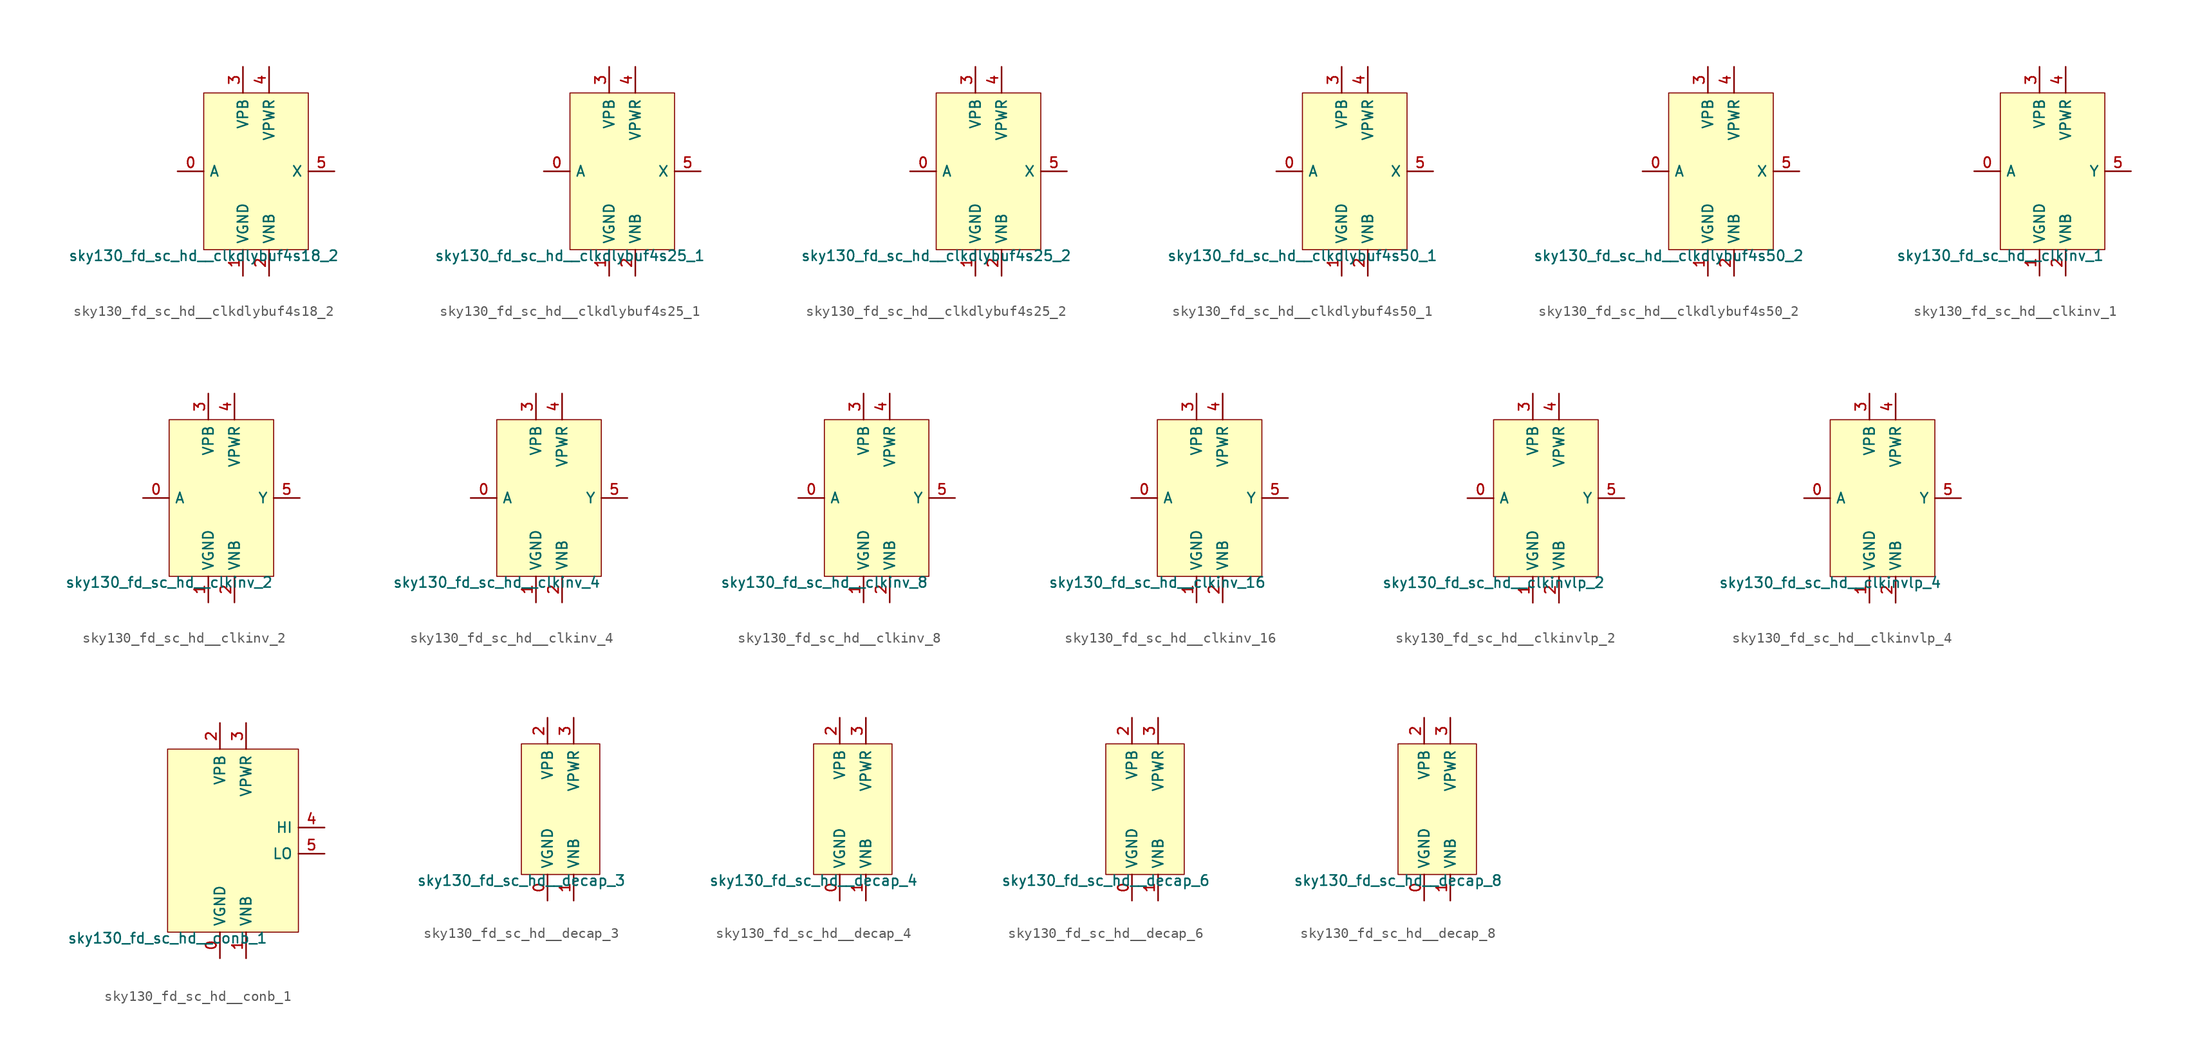
<source format=kicad_sym>
(kicad_symbol_lib
  (version 20211014)
  (generator lef2kicad_sym)
  (symbol "sky130_fd_sc_hd__clkdlybuf4s18_2"
    (property "Reference" "X"
      (at 0 0 0)
      (effects (font (size 1 1)) hide))
    (property "Value" "sky130_fd_sc_hd__clkdlybuf4s18_2"
      (at -5.08 -7.62 0)
      (effects (font (size 1 1)) (justify top)))
    (rectangle
      (start -5.08 -7.62)
      (end 5.08 7.62)
      (stroke (width 0.1) (type solid) (color 0 0 0 0))
      (fill (type background)))
    (pin input line
      (at -7.62 0.0 0)
      (length 2.54)
      (name "A" (effects (font (size 1 1)) hide))
      (number "0" (effects (font (size 1 1)) hide)))
    (pin power_in line
      (at -1.27 -10.16 90)
      (length 2.54)
      (name "VGND" (effects (font (size 1 1)) hide))
      (number "1" (effects (font (size 1 1)) hide)))
    (pin power_in line
      (at 1.27 -10.16 90)
      (length 2.54)
      (name "VNB" (effects (font (size 1 1)) hide))
      (number "2" (effects (font (size 1 1)) hide)))
    (pin power_in line
      (at -1.27 10.16 270)
      (length 2.54)
      (name "VPB" (effects (font (size 1 1)) hide))
      (number "3" (effects (font (size 1 1)) hide)))
    (pin power_in line
      (at 1.27 10.16 270)
      (length 2.54)
      (name "VPWR" (effects (font (size 1 1)) hide))
      (number "4" (effects (font (size 1 1)) hide)))
    (pin output line
      (at 7.62 0.0 180)
      (length 2.54)
      (name "X" (effects (font (size 1 1)) hide))
      (number "5" (effects (font (size 1 1)) hide))))
  (symbol "sky130_fd_sc_hd__clkdlybuf4s25_1"
    (property "Reference" "X"
      (at 0 0 0)
      (effects (font (size 1 1)) hide))
    (property "Value" "sky130_fd_sc_hd__clkdlybuf4s25_1"
      (at -5.08 -7.62 0)
      (effects (font (size 1 1)) (justify top)))
    (rectangle
      (start -5.08 -7.62)
      (end 5.08 7.62)
      (stroke (width 0.1) (type solid) (color 0 0 0 0))
      (fill (type background)))
    (pin input line
      (at -7.62 0.0 0)
      (length 2.54)
      (name "A" (effects (font (size 1 1)) hide))
      (number "0" (effects (font (size 1 1)) hide)))
    (pin power_in line
      (at -1.27 -10.16 90)
      (length 2.54)
      (name "VGND" (effects (font (size 1 1)) hide))
      (number "1" (effects (font (size 1 1)) hide)))
    (pin power_in line
      (at 1.27 -10.16 90)
      (length 2.54)
      (name "VNB" (effects (font (size 1 1)) hide))
      (number "2" (effects (font (size 1 1)) hide)))
    (pin power_in line
      (at -1.27 10.16 270)
      (length 2.54)
      (name "VPB" (effects (font (size 1 1)) hide))
      (number "3" (effects (font (size 1 1)) hide)))
    (pin power_in line
      (at 1.27 10.16 270)
      (length 2.54)
      (name "VPWR" (effects (font (size 1 1)) hide))
      (number "4" (effects (font (size 1 1)) hide)))
    (pin output line
      (at 7.62 0.0 180)
      (length 2.54)
      (name "X" (effects (font (size 1 1)) hide))
      (number "5" (effects (font (size 1 1)) hide))))
  (symbol "sky130_fd_sc_hd__clkdlybuf4s25_2"
    (property "Reference" "X"
      (at 0 0 0)
      (effects (font (size 1 1)) hide))
    (property "Value" "sky130_fd_sc_hd__clkdlybuf4s25_2"
      (at -5.08 -7.62 0)
      (effects (font (size 1 1)) (justify top)))
    (rectangle
      (start -5.08 -7.62)
      (end 5.08 7.62)
      (stroke (width 0.1) (type solid) (color 0 0 0 0))
      (fill (type background)))
    (pin input line
      (at -7.62 0.0 0)
      (length 2.54)
      (name "A" (effects (font (size 1 1)) hide))
      (number "0" (effects (font (size 1 1)) hide)))
    (pin power_in line
      (at -1.27 -10.16 90)
      (length 2.54)
      (name "VGND" (effects (font (size 1 1)) hide))
      (number "1" (effects (font (size 1 1)) hide)))
    (pin power_in line
      (at 1.27 -10.16 90)
      (length 2.54)
      (name "VNB" (effects (font (size 1 1)) hide))
      (number "2" (effects (font (size 1 1)) hide)))
    (pin power_in line
      (at -1.27 10.16 270)
      (length 2.54)
      (name "VPB" (effects (font (size 1 1)) hide))
      (number "3" (effects (font (size 1 1)) hide)))
    (pin power_in line
      (at 1.27 10.16 270)
      (length 2.54)
      (name "VPWR" (effects (font (size 1 1)) hide))
      (number "4" (effects (font (size 1 1)) hide)))
    (pin output line
      (at 7.62 0.0 180)
      (length 2.54)
      (name "X" (effects (font (size 1 1)) hide))
      (number "5" (effects (font (size 1 1)) hide))))
  (symbol "sky130_fd_sc_hd__clkdlybuf4s50_1"
    (property "Reference" "X"
      (at 0 0 0)
      (effects (font (size 1 1)) hide))
    (property "Value" "sky130_fd_sc_hd__clkdlybuf4s50_1"
      (at -5.08 -7.62 0)
      (effects (font (size 1 1)) (justify top)))
    (rectangle
      (start -5.08 -7.62)
      (end 5.08 7.62)
      (stroke (width 0.1) (type solid) (color 0 0 0 0))
      (fill (type background)))
    (pin input line
      (at -7.62 0.0 0)
      (length 2.54)
      (name "A" (effects (font (size 1 1)) hide))
      (number "0" (effects (font (size 1 1)) hide)))
    (pin power_in line
      (at -1.27 -10.16 90)
      (length 2.54)
      (name "VGND" (effects (font (size 1 1)) hide))
      (number "1" (effects (font (size 1 1)) hide)))
    (pin power_in line
      (at 1.27 -10.16 90)
      (length 2.54)
      (name "VNB" (effects (font (size 1 1)) hide))
      (number "2" (effects (font (size 1 1)) hide)))
    (pin power_in line
      (at -1.27 10.16 270)
      (length 2.54)
      (name "VPB" (effects (font (size 1 1)) hide))
      (number "3" (effects (font (size 1 1)) hide)))
    (pin power_in line
      (at 1.27 10.16 270)
      (length 2.54)
      (name "VPWR" (effects (font (size 1 1)) hide))
      (number "4" (effects (font (size 1 1)) hide)))
    (pin output line
      (at 7.62 0.0 180)
      (length 2.54)
      (name "X" (effects (font (size 1 1)) hide))
      (number "5" (effects (font (size 1 1)) hide))))
  (symbol "sky130_fd_sc_hd__clkdlybuf4s50_2"
    (property "Reference" "X"
      (at 0 0 0)
      (effects (font (size 1 1)) hide))
    (property "Value" "sky130_fd_sc_hd__clkdlybuf4s50_2"
      (at -5.08 -7.62 0)
      (effects (font (size 1 1)) (justify top)))
    (rectangle
      (start -5.08 -7.62)
      (end 5.08 7.62)
      (stroke (width 0.1) (type solid) (color 0 0 0 0))
      (fill (type background)))
    (pin input line
      (at -7.62 0.0 0)
      (length 2.54)
      (name "A" (effects (font (size 1 1)) hide))
      (number "0" (effects (font (size 1 1)) hide)))
    (pin power_in line
      (at -1.27 -10.16 90)
      (length 2.54)
      (name "VGND" (effects (font (size 1 1)) hide))
      (number "1" (effects (font (size 1 1)) hide)))
    (pin power_in line
      (at 1.27 -10.16 90)
      (length 2.54)
      (name "VNB" (effects (font (size 1 1)) hide))
      (number "2" (effects (font (size 1 1)) hide)))
    (pin power_in line
      (at -1.27 10.16 270)
      (length 2.54)
      (name "VPB" (effects (font (size 1 1)) hide))
      (number "3" (effects (font (size 1 1)) hide)))
    (pin power_in line
      (at 1.27 10.16 270)
      (length 2.54)
      (name "VPWR" (effects (font (size 1 1)) hide))
      (number "4" (effects (font (size 1 1)) hide)))
    (pin output line
      (at 7.62 0.0 180)
      (length 2.54)
      (name "X" (effects (font (size 1 1)) hide))
      (number "5" (effects (font (size 1 1)) hide))))
  (symbol "sky130_fd_sc_hd__clkinv_1"
    (property "Reference" "X"
      (at 0 0 0)
      (effects (font (size 1 1)) hide))
    (property "Value" "sky130_fd_sc_hd__clkinv_1"
      (at -5.08 -7.62 0)
      (effects (font (size 1 1)) (justify top)))
    (rectangle
      (start -5.08 -7.62)
      (end 5.08 7.62)
      (stroke (width 0.1) (type solid) (color 0 0 0 0))
      (fill (type background)))
    (pin input line
      (at -7.62 0.0 0)
      (length 2.54)
      (name "A" (effects (font (size 1 1)) hide))
      (number "0" (effects (font (size 1 1)) hide)))
    (pin power_in line
      (at -1.27 -10.16 90)
      (length 2.54)
      (name "VGND" (effects (font (size 1 1)) hide))
      (number "1" (effects (font (size 1 1)) hide)))
    (pin power_in line
      (at 1.27 -10.16 90)
      (length 2.54)
      (name "VNB" (effects (font (size 1 1)) hide))
      (number "2" (effects (font (size 1 1)) hide)))
    (pin power_in line
      (at -1.27 10.16 270)
      (length 2.54)
      (name "VPB" (effects (font (size 1 1)) hide))
      (number "3" (effects (font (size 1 1)) hide)))
    (pin power_in line
      (at 1.27 10.16 270)
      (length 2.54)
      (name "VPWR" (effects (font (size 1 1)) hide))
      (number "4" (effects (font (size 1 1)) hide)))
    (pin output line
      (at 7.62 0.0 180)
      (length 2.54)
      (name "Y" (effects (font (size 1 1)) hide))
      (number "5" (effects (font (size 1 1)) hide))))
  (symbol "sky130_fd_sc_hd__clkinv_2"
    (property "Reference" "X"
      (at 0 0 0)
      (effects (font (size 1 1)) hide))
    (property "Value" "sky130_fd_sc_hd__clkinv_2"
      (at -5.08 -7.62 0)
      (effects (font (size 1 1)) (justify top)))
    (rectangle
      (start -5.08 -7.62)
      (end 5.08 7.62)
      (stroke (width 0.1) (type solid) (color 0 0 0 0))
      (fill (type background)))
    (pin input line
      (at -7.62 0.0 0)
      (length 2.54)
      (name "A" (effects (font (size 1 1)) hide))
      (number "0" (effects (font (size 1 1)) hide)))
    (pin power_in line
      (at -1.27 -10.16 90)
      (length 2.54)
      (name "VGND" (effects (font (size 1 1)) hide))
      (number "1" (effects (font (size 1 1)) hide)))
    (pin power_in line
      (at 1.27 -10.16 90)
      (length 2.54)
      (name "VNB" (effects (font (size 1 1)) hide))
      (number "2" (effects (font (size 1 1)) hide)))
    (pin power_in line
      (at -1.27 10.16 270)
      (length 2.54)
      (name "VPB" (effects (font (size 1 1)) hide))
      (number "3" (effects (font (size 1 1)) hide)))
    (pin power_in line
      (at 1.27 10.16 270)
      (length 2.54)
      (name "VPWR" (effects (font (size 1 1)) hide))
      (number "4" (effects (font (size 1 1)) hide)))
    (pin output line
      (at 7.62 0.0 180)
      (length 2.54)
      (name "Y" (effects (font (size 1 1)) hide))
      (number "5" (effects (font (size 1 1)) hide))))
  (symbol "sky130_fd_sc_hd__clkinv_4"
    (property "Reference" "X"
      (at 0 0 0)
      (effects (font (size 1 1)) hide))
    (property "Value" "sky130_fd_sc_hd__clkinv_4"
      (at -5.08 -7.62 0)
      (effects (font (size 1 1)) (justify top)))
    (rectangle
      (start -5.08 -7.62)
      (end 5.08 7.62)
      (stroke (width 0.1) (type solid) (color 0 0 0 0))
      (fill (type background)))
    (pin input line
      (at -7.62 0.0 0)
      (length 2.54)
      (name "A" (effects (font (size 1 1)) hide))
      (number "0" (effects (font (size 1 1)) hide)))
    (pin power_in line
      (at -1.27 -10.16 90)
      (length 2.54)
      (name "VGND" (effects (font (size 1 1)) hide))
      (number "1" (effects (font (size 1 1)) hide)))
    (pin power_in line
      (at 1.27 -10.16 90)
      (length 2.54)
      (name "VNB" (effects (font (size 1 1)) hide))
      (number "2" (effects (font (size 1 1)) hide)))
    (pin power_in line
      (at -1.27 10.16 270)
      (length 2.54)
      (name "VPB" (effects (font (size 1 1)) hide))
      (number "3" (effects (font (size 1 1)) hide)))
    (pin power_in line
      (at 1.27 10.16 270)
      (length 2.54)
      (name "VPWR" (effects (font (size 1 1)) hide))
      (number "4" (effects (font (size 1 1)) hide)))
    (pin output line
      (at 7.62 0.0 180)
      (length 2.54)
      (name "Y" (effects (font (size 1 1)) hide))
      (number "5" (effects (font (size 1 1)) hide))))
  (symbol "sky130_fd_sc_hd__clkinv_8"
    (property "Reference" "X"
      (at 0 0 0)
      (effects (font (size 1 1)) hide))
    (property "Value" "sky130_fd_sc_hd__clkinv_8"
      (at -5.08 -7.62 0)
      (effects (font (size 1 1)) (justify top)))
    (rectangle
      (start -5.08 -7.62)
      (end 5.08 7.62)
      (stroke (width 0.1) (type solid) (color 0 0 0 0))
      (fill (type background)))
    (pin input line
      (at -7.62 0.0 0)
      (length 2.54)
      (name "A" (effects (font (size 1 1)) hide))
      (number "0" (effects (font (size 1 1)) hide)))
    (pin power_in line
      (at -1.27 -10.16 90)
      (length 2.54)
      (name "VGND" (effects (font (size 1 1)) hide))
      (number "1" (effects (font (size 1 1)) hide)))
    (pin power_in line
      (at 1.27 -10.16 90)
      (length 2.54)
      (name "VNB" (effects (font (size 1 1)) hide))
      (number "2" (effects (font (size 1 1)) hide)))
    (pin power_in line
      (at -1.27 10.16 270)
      (length 2.54)
      (name "VPB" (effects (font (size 1 1)) hide))
      (number "3" (effects (font (size 1 1)) hide)))
    (pin power_in line
      (at 1.27 10.16 270)
      (length 2.54)
      (name "VPWR" (effects (font (size 1 1)) hide))
      (number "4" (effects (font (size 1 1)) hide)))
    (pin output line
      (at 7.62 0.0 180)
      (length 2.54)
      (name "Y" (effects (font (size 1 1)) hide))
      (number "5" (effects (font (size 1 1)) hide))))
  (symbol "sky130_fd_sc_hd__clkinv_16"
    (property "Reference" "X"
      (at 0 0 0)
      (effects (font (size 1 1)) hide))
    (property "Value" "sky130_fd_sc_hd__clkinv_16"
      (at -5.08 -7.62 0)
      (effects (font (size 1 1)) (justify top)))
    (rectangle
      (start -5.08 -7.62)
      (end 5.08 7.62)
      (stroke (width 0.1) (type solid) (color 0 0 0 0))
      (fill (type background)))
    (pin input line
      (at -7.62 0.0 0)
      (length 2.54)
      (name "A" (effects (font (size 1 1)) hide))
      (number "0" (effects (font (size 1 1)) hide)))
    (pin power_in line
      (at -1.27 -10.16 90)
      (length 2.54)
      (name "VGND" (effects (font (size 1 1)) hide))
      (number "1" (effects (font (size 1 1)) hide)))
    (pin power_in line
      (at 1.27 -10.16 90)
      (length 2.54)
      (name "VNB" (effects (font (size 1 1)) hide))
      (number "2" (effects (font (size 1 1)) hide)))
    (pin power_in line
      (at -1.27 10.16 270)
      (length 2.54)
      (name "VPB" (effects (font (size 1 1)) hide))
      (number "3" (effects (font (size 1 1)) hide)))
    (pin power_in line
      (at 1.27 10.16 270)
      (length 2.54)
      (name "VPWR" (effects (font (size 1 1)) hide))
      (number "4" (effects (font (size 1 1)) hide)))
    (pin output line
      (at 7.62 0.0 180)
      (length 2.54)
      (name "Y" (effects (font (size 1 1)) hide))
      (number "5" (effects (font (size 1 1)) hide))))
  (symbol "sky130_fd_sc_hd__clkinvlp_2"
    (property "Reference" "X"
      (at 0 0 0)
      (effects (font (size 1 1)) hide))
    (property "Value" "sky130_fd_sc_hd__clkinvlp_2"
      (at -5.08 -7.62 0)
      (effects (font (size 1 1)) (justify top)))
    (rectangle
      (start -5.08 -7.62)
      (end 5.08 7.62)
      (stroke (width 0.1) (type solid) (color 0 0 0 0))
      (fill (type background)))
    (pin input line
      (at -7.62 0.0 0)
      (length 2.54)
      (name "A" (effects (font (size 1 1)) hide))
      (number "0" (effects (font (size 1 1)) hide)))
    (pin power_in line
      (at -1.27 -10.16 90)
      (length 2.54)
      (name "VGND" (effects (font (size 1 1)) hide))
      (number "1" (effects (font (size 1 1)) hide)))
    (pin power_in line
      (at 1.27 -10.16 90)
      (length 2.54)
      (name "VNB" (effects (font (size 1 1)) hide))
      (number "2" (effects (font (size 1 1)) hide)))
    (pin power_in line
      (at -1.27 10.16 270)
      (length 2.54)
      (name "VPB" (effects (font (size 1 1)) hide))
      (number "3" (effects (font (size 1 1)) hide)))
    (pin power_in line
      (at 1.27 10.16 270)
      (length 2.54)
      (name "VPWR" (effects (font (size 1 1)) hide))
      (number "4" (effects (font (size 1 1)) hide)))
    (pin output line
      (at 7.62 0.0 180)
      (length 2.54)
      (name "Y" (effects (font (size 1 1)) hide))
      (number "5" (effects (font (size 1 1)) hide))))
  (symbol "sky130_fd_sc_hd__clkinvlp_4"
    (property "Reference" "X"
      (at 0 0 0)
      (effects (font (size 1 1)) hide))
    (property "Value" "sky130_fd_sc_hd__clkinvlp_4"
      (at -5.08 -7.62 0)
      (effects (font (size 1 1)) (justify top)))
    (rectangle
      (start -5.08 -7.62)
      (end 5.08 7.62)
      (stroke (width 0.1) (type solid) (color 0 0 0 0))
      (fill (type background)))
    (pin input line
      (at -7.62 0.0 0)
      (length 2.54)
      (name "A" (effects (font (size 1 1)) hide))
      (number "0" (effects (font (size 1 1)) hide)))
    (pin power_in line
      (at -1.27 -10.16 90)
      (length 2.54)
      (name "VGND" (effects (font (size 1 1)) hide))
      (number "1" (effects (font (size 1 1)) hide)))
    (pin power_in line
      (at 1.27 -10.16 90)
      (length 2.54)
      (name "VNB" (effects (font (size 1 1)) hide))
      (number "2" (effects (font (size 1 1)) hide)))
    (pin power_in line
      (at -1.27 10.16 270)
      (length 2.54)
      (name "VPB" (effects (font (size 1 1)) hide))
      (number "3" (effects (font (size 1 1)) hide)))
    (pin power_in line
      (at 1.27 10.16 270)
      (length 2.54)
      (name "VPWR" (effects (font (size 1 1)) hide))
      (number "4" (effects (font (size 1 1)) hide)))
    (pin output line
      (at 7.62 0.0 180)
      (length 2.54)
      (name "Y" (effects (font (size 1 1)) hide))
      (number "5" (effects (font (size 1 1)) hide))))
  (symbol "sky130_fd_sc_hd__conb_1"
    (property "Reference" "X"
      (at 0 0 0)
      (effects (font (size 1 1)) hide))
    (property "Value" "sky130_fd_sc_hd__conb_1"
      (at -6.35 -8.89 0)
      (effects (font (size 1 1)) (justify top)))
    (rectangle
      (start -6.35 -8.89)
      (end 6.35 8.89)
      (stroke (width 0.1) (type solid) (color 0 0 0 0))
      (fill (type background)))
    (pin power_in line
      (at -1.27 -11.43 90)
      (length 2.54)
      (name "VGND" (effects (font (size 1 1)) hide))
      (number "0" (effects (font (size 1 1)) hide)))
    (pin power_in line
      (at 1.27 -11.43 90)
      (length 2.54)
      (name "VNB" (effects (font (size 1 1)) hide))
      (number "1" (effects (font (size 1 1)) hide)))
    (pin power_in line
      (at -1.27 11.43 270)
      (length 2.54)
      (name "VPB" (effects (font (size 1 1)) hide))
      (number "2" (effects (font (size 1 1)) hide)))
    (pin power_in line
      (at 1.27 11.43 270)
      (length 2.54)
      (name "VPWR" (effects (font (size 1 1)) hide))
      (number "3" (effects (font (size 1 1)) hide)))
    (pin output line
      (at 8.89 1.27 180)
      (length 2.54)
      (name "HI" (effects (font (size 1 1)) hide))
      (number "4" (effects (font (size 1 1)) hide)))
    (pin output line
      (at 8.89 -1.27 180)
      (length 2.54)
      (name "LO" (effects (font (size 1 1)) hide))
      (number "5" (effects (font (size 1 1)) hide))))
  (symbol "sky130_fd_sc_hd__decap_3"
    (property "Reference" "X"
      (at 0 0 0)
      (effects (font (size 1 1)) hide))
    (property "Value" "sky130_fd_sc_hd__decap_3"
      (at -3.81 -6.35 0)
      (effects (font (size 1 1)) (justify top)))
    (rectangle
      (start -3.81 -6.35)
      (end 3.81 6.35)
      (stroke (width 0.1) (type solid) (color 0 0 0 0))
      (fill (type background)))
    (pin power_in line
      (at -1.27 -8.89 90)
      (length 2.54)
      (name "VGND" (effects (font (size 1 1)) hide))
      (number "0" (effects (font (size 1 1)) hide)))
    (pin power_in line
      (at 1.27 -8.89 90)
      (length 2.54)
      (name "VNB" (effects (font (size 1 1)) hide))
      (number "1" (effects (font (size 1 1)) hide)))
    (pin power_in line
      (at -1.27 8.89 270)
      (length 2.54)
      (name "VPB" (effects (font (size 1 1)) hide))
      (number "2" (effects (font (size 1 1)) hide)))
    (pin power_in line
      (at 1.27 8.89 270)
      (length 2.54)
      (name "VPWR" (effects (font (size 1 1)) hide))
      (number "3" (effects (font (size 1 1)) hide))))
  (symbol "sky130_fd_sc_hd__decap_4"
    (property "Reference" "X"
      (at 0 0 0)
      (effects (font (size 1 1)) hide))
    (property "Value" "sky130_fd_sc_hd__decap_4"
      (at -3.81 -6.35 0)
      (effects (font (size 1 1)) (justify top)))
    (rectangle
      (start -3.81 -6.35)
      (end 3.81 6.35)
      (stroke (width 0.1) (type solid) (color 0 0 0 0))
      (fill (type background)))
    (pin power_in line
      (at -1.27 -8.89 90)
      (length 2.54)
      (name "VGND" (effects (font (size 1 1)) hide))
      (number "0" (effects (font (size 1 1)) hide)))
    (pin power_in line
      (at 1.27 -8.89 90)
      (length 2.54)
      (name "VNB" (effects (font (size 1 1)) hide))
      (number "1" (effects (font (size 1 1)) hide)))
    (pin power_in line
      (at -1.27 8.89 270)
      (length 2.54)
      (name "VPB" (effects (font (size 1 1)) hide))
      (number "2" (effects (font (size 1 1)) hide)))
    (pin power_in line
      (at 1.27 8.89 270)
      (length 2.54)
      (name "VPWR" (effects (font (size 1 1)) hide))
      (number "3" (effects (font (size 1 1)) hide))))
  (symbol "sky130_fd_sc_hd__decap_6"
    (property "Reference" "X"
      (at 0 0 0)
      (effects (font (size 1 1)) hide))
    (property "Value" "sky130_fd_sc_hd__decap_6"
      (at -3.81 -6.35 0)
      (effects (font (size 1 1)) (justify top)))
    (rectangle
      (start -3.81 -6.35)
      (end 3.81 6.35)
      (stroke (width 0.1) (type solid) (color 0 0 0 0))
      (fill (type background)))
    (pin power_in line
      (at -1.27 -8.89 90)
      (length 2.54)
      (name "VGND" (effects (font (size 1 1)) hide))
      (number "0" (effects (font (size 1 1)) hide)))
    (pin power_in line
      (at 1.27 -8.89 90)
      (length 2.54)
      (name "VNB" (effects (font (size 1 1)) hide))
      (number "1" (effects (font (size 1 1)) hide)))
    (pin power_in line
      (at -1.27 8.89 270)
      (length 2.54)
      (name "VPB" (effects (font (size 1 1)) hide))
      (number "2" (effects (font (size 1 1)) hide)))
    (pin power_in line
      (at 1.27 8.89 270)
      (length 2.54)
      (name "VPWR" (effects (font (size 1 1)) hide))
      (number "3" (effects (font (size 1 1)) hide))))
  (symbol "sky130_fd_sc_hd__decap_8"
    (property "Reference" "X"
      (at 0 0 0)
      (effects (font (size 1 1)) hide))
    (property "Value" "sky130_fd_sc_hd__decap_8"
      (at -3.81 -6.35 0)
      (effects (font (size 1 1)) (justify top)))
    (rectangle
      (start -3.81 -6.35)
      (end 3.81 6.35)
      (stroke (width 0.1) (type solid) (color 0 0 0 0))
      (fill (type background)))
    (pin power_in line
      (at -1.27 -8.89 90)
      (length 2.54)
      (name "VGND" (effects (font (size 1 1)) hide))
      (number "0" (effects (font (size 1 1)) hide)))
    (pin power_in line
      (at 1.27 -8.89 90)
      (length 2.54)
      (name "VNB" (effects (font (size 1 1)) hide))
      (number "1" (effects (font (size 1 1)) hide)))
    (pin power_in line
      (at -1.27 8.89 270)
      (length 2.54)
      (name "VPB" (effects (font (size 1 1)) hide))
      (number "2" (effects (font (size 1 1)) hide)))
    (pin power_in line
      (at 1.27 8.89 270)
      (length 2.54)
      (name "VPWR" (effects (font (size 1 1)) hide))
      (number "3" (effects (font (size 1 1)) hide)))))
</source>
